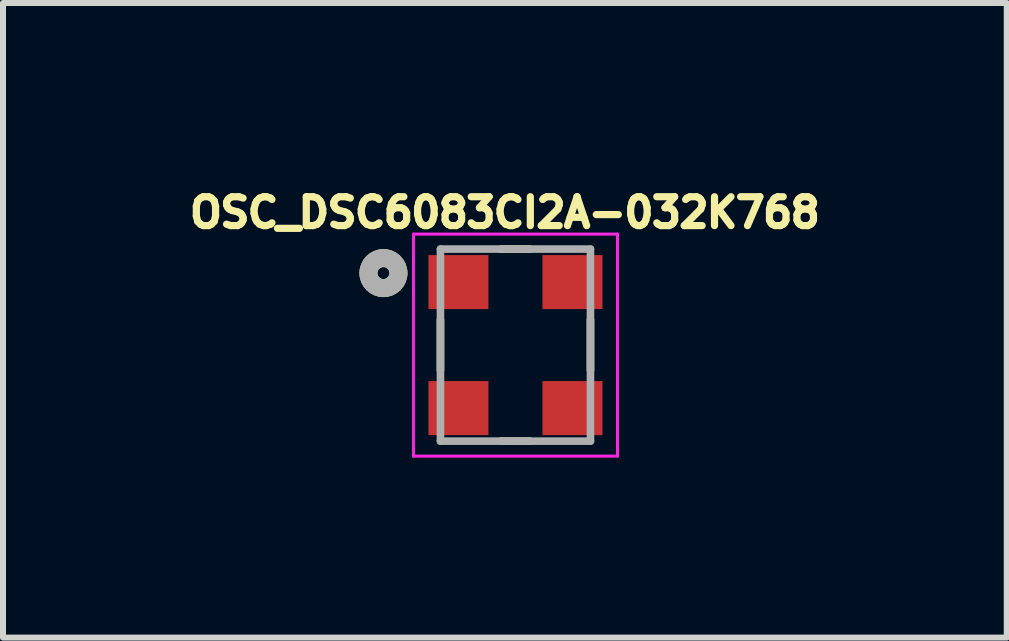
<source format=kicad_pcb>
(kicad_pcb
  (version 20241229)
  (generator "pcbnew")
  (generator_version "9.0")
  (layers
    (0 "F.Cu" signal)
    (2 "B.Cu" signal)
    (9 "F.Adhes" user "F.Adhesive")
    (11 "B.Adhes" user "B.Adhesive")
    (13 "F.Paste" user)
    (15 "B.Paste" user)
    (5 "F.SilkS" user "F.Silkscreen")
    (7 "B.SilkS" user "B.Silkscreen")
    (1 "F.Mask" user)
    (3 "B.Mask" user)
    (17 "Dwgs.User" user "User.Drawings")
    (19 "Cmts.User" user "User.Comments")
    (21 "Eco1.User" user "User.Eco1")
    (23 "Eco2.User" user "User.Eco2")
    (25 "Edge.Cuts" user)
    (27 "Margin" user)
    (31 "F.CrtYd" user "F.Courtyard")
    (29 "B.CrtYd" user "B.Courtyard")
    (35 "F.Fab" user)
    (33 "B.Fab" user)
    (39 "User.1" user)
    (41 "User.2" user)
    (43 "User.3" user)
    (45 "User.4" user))
  (footprint "OSC_DSC6083CI2A-032K768"
    (layer "F.Cu")
    (at 5.54 2.701)
    (property "Reference" "OSC_DSC6083CI2A-032K768" (at -0.176 -2.208 0) (layer "F.SilkS") (effects (font (size 0.481 0.481) (thickness 0.15))))
    (attr smd)
    (fp_line (start -1.25 0.42) (end -1.25 -0.42) (stroke (width 0.127) (type solid)) (layer "F.SilkS"))
    (fp_line (start -0.24 -1.6) (end 0.24 -1.6) (stroke (width 0.127) (type solid)) (layer "F.SilkS"))
    (fp_line (start -0.24 1.6) (end 0.24 1.6) (stroke (width 0.127) (type solid)) (layer "F.SilkS"))
    (fp_line (start 1.25 -0.42) (end 1.25 0.42) (stroke (width 0.127) (type solid)) (layer "F.SilkS"))
    (fp_circle (center -2.2 -1.2) (end -2.1 -1.2) (stroke (width 0.3) (type solid)) (fill no) (layer "F.SilkS"))
    (fp_line (start -1.7 -1.85) (end 1.7 -1.85) (stroke (width 0.05) (type solid)) (layer "F.CrtYd"))
    (fp_line (start -1.7 1.85) (end -1.7 -1.85) (stroke (width 0.05) (type solid)) (layer "F.CrtYd"))
    (fp_line (start 1.7 -1.85) (end 1.7 1.85) (stroke (width 0.05) (type solid)) (layer "F.CrtYd"))
    (fp_line (start 1.7 1.85) (end -1.7 1.85) (stroke (width 0.05) (type solid)) (layer "F.CrtYd"))
    (fp_line (start -1.25 -1.6) (end 1.25 -1.6) (stroke (width 0.127) (type solid)) (layer "F.Fab"))
    (fp_line (start -1.25 1.6) (end -1.25 -1.6) (stroke (width 0.127) (type solid)) (layer "F.Fab"))
    (fp_line (start 1.25 -1.6) (end 1.25 1.6) (stroke (width 0.127) (type solid)) (layer "F.Fab"))
    (fp_line (start 1.25 1.6) (end -1.25 1.6) (stroke (width 0.127) (type solid)) (layer "F.Fab"))
    (fp_circle (center -2.2 -1.2) (end -2.1 -1.2) (stroke (width 0.3) (type solid)) (fill no) (layer "F.Fab"))
    (pad "1" smd rect (at -0.95 -1.05) (size 1 0.9) (layers "F.Cu" "F.Mask" "F.Paste"))
    (pad "2" smd rect (at -0.95 1.05) (size 1 0.9) (layers "F.Cu" "F.Mask" "F.Paste"))
    (pad "3" smd rect (at 0.95 1.05) (size 1 0.9) (layers "F.Cu" "F.Mask" "F.Paste"))
    (pad "4" smd rect (at 0.95 -1.05) (size 1 0.9) (layers "F.Cu" "F.Mask" "F.Paste")))
  (gr_rect
    (start -3 -3)
    (end 13.727 7.576)
    (stroke (width 0.1) (type default))
    (fill no)
    (layer "Edge.Cuts")))
</source>
